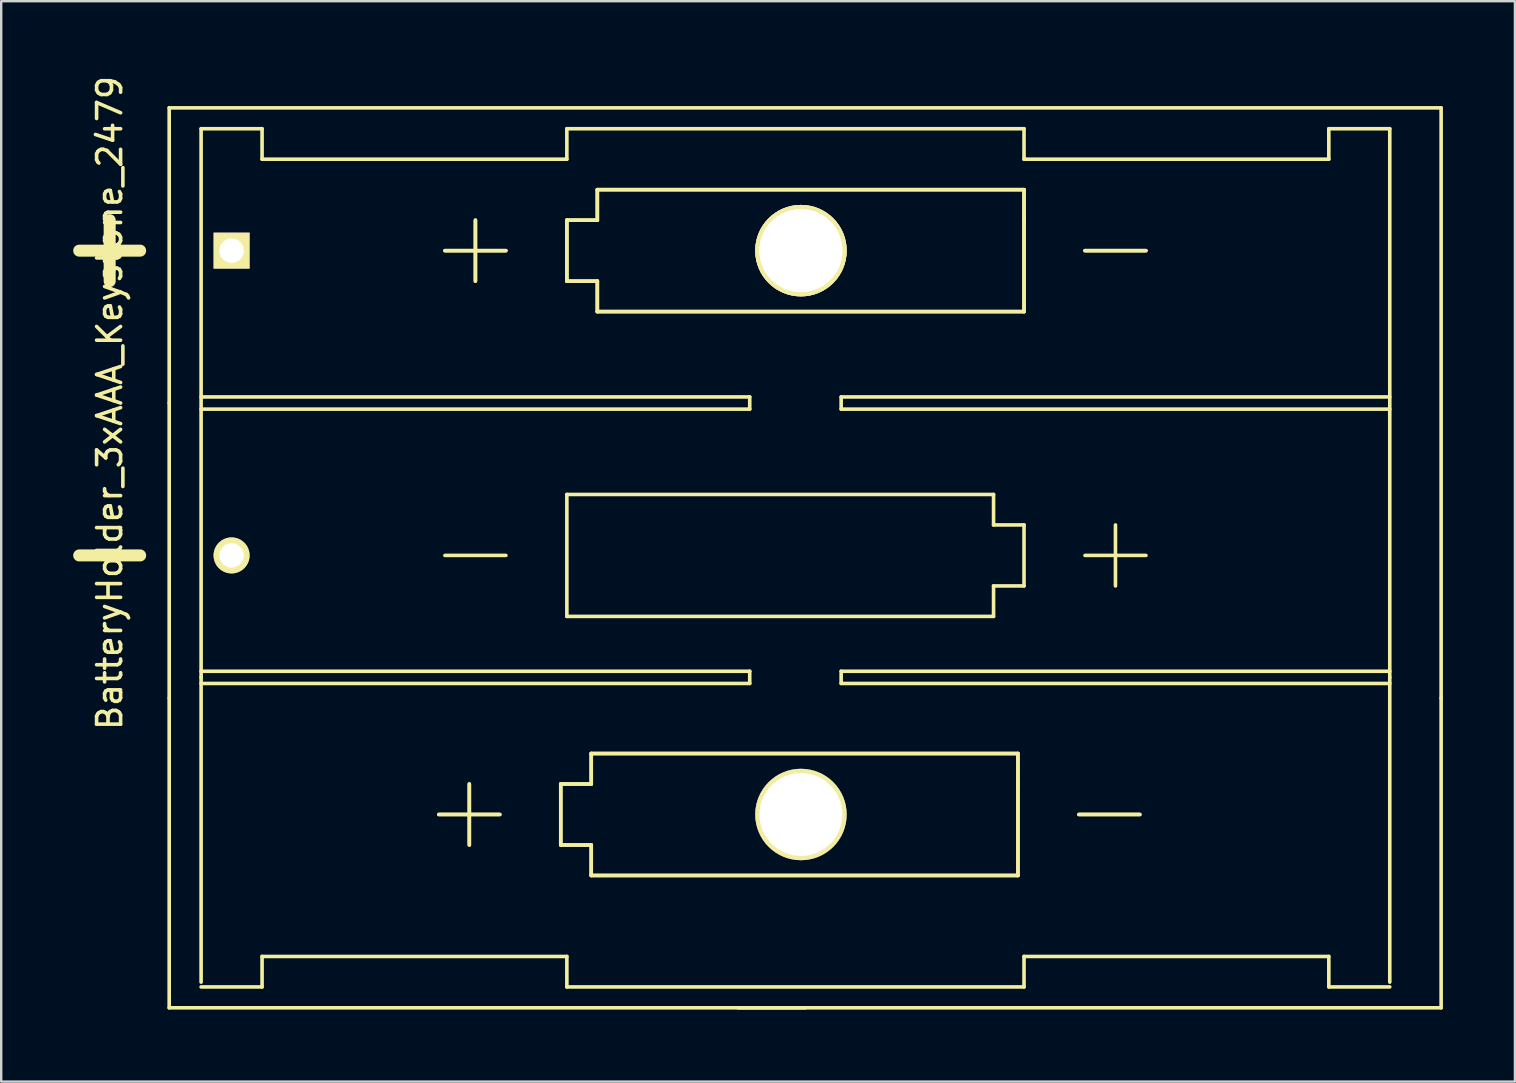
<source format=kicad_pcb>
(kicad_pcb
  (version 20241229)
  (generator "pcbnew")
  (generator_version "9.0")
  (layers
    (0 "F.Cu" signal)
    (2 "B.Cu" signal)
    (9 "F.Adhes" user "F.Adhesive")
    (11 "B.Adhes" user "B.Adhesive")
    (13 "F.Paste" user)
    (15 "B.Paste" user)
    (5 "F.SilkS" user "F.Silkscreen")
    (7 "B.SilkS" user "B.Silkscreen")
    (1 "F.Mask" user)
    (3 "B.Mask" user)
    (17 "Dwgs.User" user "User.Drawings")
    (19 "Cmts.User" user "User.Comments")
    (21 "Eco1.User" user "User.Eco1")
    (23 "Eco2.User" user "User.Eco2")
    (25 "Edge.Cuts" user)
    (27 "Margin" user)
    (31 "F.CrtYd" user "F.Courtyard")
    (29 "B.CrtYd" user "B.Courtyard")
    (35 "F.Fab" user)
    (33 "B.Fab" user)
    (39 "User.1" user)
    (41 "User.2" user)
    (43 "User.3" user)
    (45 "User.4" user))
  (footprint "BatteryHolder_3xAAA_Keystone_2479"
    (layer "F.Cu")
    (at 6.6 7.394)
    (property "Reference" "BatteryHolder_3xAAA_Keystone_2479" (at -5.08 6.35 90) (layer "F.SilkS") (effects (font (size 1 1) (thickness 0.15))))
    (attr through_hole)
    (fp_line (start -5.08 -1.27) (end -5.08 1.27) (stroke (width 0.5) (type solid)) (layer "F.SilkS"))
    (fp_line (start -3.81 0) (end -6.35 0) (stroke (width 0.5) (type solid)) (layer "F.SilkS"))
    (fp_line (start -3.81 12.7) (end -6.35 12.7) (stroke (width 0.5) (type solid)) (layer "F.SilkS"))
    (fp_line (start -2.6 -5.95) (end 50.4 -5.95) (stroke (width 0.15) (type solid)) (layer "F.SilkS"))
    (fp_line (start -2.6 6.35) (end -2.6 -5.95) (stroke (width 0.15) (type solid)) (layer "F.SilkS"))
    (fp_line (start -2.6 18.65) (end -2.6 6.35) (stroke (width 0.15) (type solid)) (layer "F.SilkS"))
    (fp_line (start -2.6 18.65) (end -2.6 31.55) (stroke (width 0.15) (type solid)) (layer "F.SilkS"))
    (fp_line (start -2.6 31.55) (end 50.4 31.55) (stroke (width 0.15) (type solid)) (layer "F.SilkS"))
    (fp_line (start -1.27 -5.08) (end -1.27 17.78) (stroke (width 0.15) (type solid)) (layer "F.SilkS"))
    (fp_line (start -1.27 6.096) (end 21.59 6.096) (stroke (width 0.15) (type solid)) (layer "F.SilkS"))
    (fp_line (start -1.27 17.526) (end 21.59 17.526) (stroke (width 0.15) (type solid)) (layer "F.SilkS"))
    (fp_line (start -1.27 17.78) (end -1.27 30.48) (stroke (width 0.15) (type solid)) (layer "F.SilkS"))
    (fp_line (start -1.27 30.68) (end 1.27 30.68) (stroke (width 0.15) (type solid)) (layer "F.SilkS"))
    (fp_line (start 1.27 -5.08) (end -1.27 -5.08) (stroke (width 0.15) (type solid)) (layer "F.SilkS"))
    (fp_line (start 1.27 -3.81) (end 1.27 -5.08) (stroke (width 0.15) (type solid)) (layer "F.SilkS"))
    (fp_line (start 1.27 -3.81) (end 13.97 -3.81) (stroke (width 0.15) (type solid)) (layer "F.SilkS"))
    (fp_line (start 1.27 29.41) (end 13.97 29.41) (stroke (width 0.15) (type solid)) (layer "F.SilkS"))
    (fp_line (start 1.27 30.68) (end 1.27 29.41) (stroke (width 0.15) (type solid)) (layer "F.SilkS"))
    (fp_line (start 9.906 22.225) (end 9.906 24.765) (stroke (width 0.15) (type solid)) (layer "F.SilkS"))
    (fp_line (start 9.906 22.225) (end 9.906 24.765) (stroke (width 0.15) (type solid)) (layer "F.SilkS"))
    (fp_line (start 10.16 -1.27) (end 10.16 1.27) (stroke (width 0.15) (type solid)) (layer "F.SilkS"))
    (fp_line (start 10.16 -1.27) (end 10.16 1.27) (stroke (width 0.15) (type solid)) (layer "F.SilkS"))
    (fp_line (start 11.176 23.495) (end 8.636 23.495) (stroke (width 0.15) (type solid)) (layer "F.SilkS"))
    (fp_line (start 11.176 23.495) (end 8.636 23.495) (stroke (width 0.15) (type solid)) (layer "F.SilkS"))
    (fp_line (start 11.43 0) (end 8.89 0) (stroke (width 0.15) (type solid)) (layer "F.SilkS"))
    (fp_line (start 11.43 0) (end 8.89 0) (stroke (width 0.15) (type solid)) (layer "F.SilkS"))
    (fp_line (start 11.43 12.7) (end 8.89 12.7) (stroke (width 0.15) (type solid)) (layer "F.SilkS"))
    (fp_line (start 13.716 22.225) (end 14.986 22.225) (stroke (width 0.15) (type solid)) (layer "F.SilkS"))
    (fp_line (start 13.716 22.225) (end 14.986 22.225) (stroke (width 0.15) (type solid)) (layer "F.SilkS"))
    (fp_line (start 13.716 24.765) (end 13.716 22.225) (stroke (width 0.15) (type solid)) (layer "F.SilkS"))
    (fp_line (start 13.716 24.765) (end 13.716 22.225) (stroke (width 0.15) (type solid)) (layer "F.SilkS"))
    (fp_line (start 13.97 -5.08) (end 13.97 -3.81) (stroke (width 0.15) (type solid)) (layer "F.SilkS"))
    (fp_line (start 13.97 -1.27) (end 15.24 -1.27) (stroke (width 0.15) (type solid)) (layer "F.SilkS"))
    (fp_line (start 13.97 -1.27) (end 15.24 -1.27) (stroke (width 0.15) (type solid)) (layer "F.SilkS"))
    (fp_line (start 13.97 1.27) (end 13.97 -1.27) (stroke (width 0.15) (type solid)) (layer "F.SilkS"))
    (fp_line (start 13.97 1.27) (end 13.97 -1.27) (stroke (width 0.15) (type solid)) (layer "F.SilkS"))
    (fp_line (start 13.97 10.16) (end 31.75 10.16) (stroke (width 0.15) (type solid)) (layer "F.SilkS"))
    (fp_line (start 13.97 15.24) (end 13.97 10.16) (stroke (width 0.15) (type solid)) (layer "F.SilkS"))
    (fp_line (start 13.97 29.41) (end 13.97 30.68) (stroke (width 0.15) (type solid)) (layer "F.SilkS"))
    (fp_line (start 13.97 30.68) (end 33.02 30.68) (stroke (width 0.15) (type solid)) (layer "F.SilkS"))
    (fp_line (start 14.986 20.955) (end 32.766 20.955) (stroke (width 0.15) (type solid)) (layer "F.SilkS"))
    (fp_line (start 14.986 20.955) (end 32.766 20.955) (stroke (width 0.15) (type solid)) (layer "F.SilkS"))
    (fp_line (start 14.986 22.225) (end 14.986 20.955) (stroke (width 0.15) (type solid)) (layer "F.SilkS"))
    (fp_line (start 14.986 22.225) (end 14.986 20.955) (stroke (width 0.15) (type solid)) (layer "F.SilkS"))
    (fp_line (start 14.986 24.765) (end 13.716 24.765) (stroke (width 0.15) (type solid)) (layer "F.SilkS"))
    (fp_line (start 14.986 24.765) (end 13.716 24.765) (stroke (width 0.15) (type solid)) (layer "F.SilkS"))
    (fp_line (start 14.986 26.035) (end 14.986 24.765) (stroke (width 0.15) (type solid)) (layer "F.SilkS"))
    (fp_line (start 14.986 26.035) (end 14.986 24.765) (stroke (width 0.15) (type solid)) (layer "F.SilkS"))
    (fp_line (start 15.24 -2.54) (end 33.02 -2.54) (stroke (width 0.15) (type solid)) (layer "F.SilkS"))
    (fp_line (start 15.24 -2.54) (end 33.02 -2.54) (stroke (width 0.15) (type solid)) (layer "F.SilkS"))
    (fp_line (start 15.24 -1.27) (end 15.24 -2.54) (stroke (width 0.15) (type solid)) (layer "F.SilkS"))
    (fp_line (start 15.24 -1.27) (end 15.24 -2.54) (stroke (width 0.15) (type solid)) (layer "F.SilkS"))
    (fp_line (start 15.24 1.27) (end 13.97 1.27) (stroke (width 0.15) (type solid)) (layer "F.SilkS"))
    (fp_line (start 15.24 1.27) (end 13.97 1.27) (stroke (width 0.15) (type solid)) (layer "F.SilkS"))
    (fp_line (start 15.24 2.54) (end 15.24 1.27) (stroke (width 0.15) (type solid)) (layer "F.SilkS"))
    (fp_line (start 15.24 2.54) (end 15.24 1.27) (stroke (width 0.15) (type solid)) (layer "F.SilkS"))
    (fp_line (start 21.59 6.096) (end 21.59 6.604) (stroke (width 0.15) (type solid)) (layer "F.SilkS"))
    (fp_line (start 21.59 6.604) (end -1.27 6.604) (stroke (width 0.15) (type solid)) (layer "F.SilkS"))
    (fp_line (start 21.59 17.526) (end 21.59 18.034) (stroke (width 0.15) (type solid)) (layer "F.SilkS"))
    (fp_line (start 21.59 18.034) (end -1.27 18.034) (stroke (width 0.15) (type solid)) (layer "F.SilkS"))
    (fp_line (start 23.9 31.55) (end 21.1 31.55) (stroke (width 0.15) (type solid)) (layer "F.SilkS"))
    (fp_line (start 25.4 6.096) (end 25.4 6.604) (stroke (width 0.15) (type solid)) (layer "F.SilkS"))
    (fp_line (start 25.4 6.604) (end 48.26 6.604) (stroke (width 0.15) (type solid)) (layer "F.SilkS"))
    (fp_line (start 25.4 17.526) (end 25.4 18.034) (stroke (width 0.15) (type solid)) (layer "F.SilkS"))
    (fp_line (start 25.4 18.034) (end 48.26 18.034) (stroke (width 0.15) (type solid)) (layer "F.SilkS"))
    (fp_line (start 31.75 10.16) (end 31.75 11.43) (stroke (width 0.15) (type solid)) (layer "F.SilkS"))
    (fp_line (start 31.75 11.43) (end 33.02 11.43) (stroke (width 0.15) (type solid)) (layer "F.SilkS"))
    (fp_line (start 31.75 13.97) (end 31.75 15.24) (stroke (width 0.15) (type solid)) (layer "F.SilkS"))
    (fp_line (start 31.75 15.24) (end 13.97 15.24) (stroke (width 0.15) (type solid)) (layer "F.SilkS"))
    (fp_line (start 32.766 20.955) (end 32.766 22.225) (stroke (width 0.15) (type solid)) (layer "F.SilkS"))
    (fp_line (start 32.766 20.955) (end 32.766 22.225) (stroke (width 0.15) (type solid)) (layer "F.SilkS"))
    (fp_line (start 32.766 22.225) (end 32.766 26.035) (stroke (width 0.15) (type solid)) (layer "F.SilkS"))
    (fp_line (start 32.766 22.225) (end 32.766 26.035) (stroke (width 0.15) (type solid)) (layer "F.SilkS"))
    (fp_line (start 32.766 26.035) (end 14.986 26.035) (stroke (width 0.15) (type solid)) (layer "F.SilkS"))
    (fp_line (start 32.766 26.035) (end 14.986 26.035) (stroke (width 0.15) (type solid)) (layer "F.SilkS"))
    (fp_line (start 33.02 -5.08) (end 13.97 -5.08) (stroke (width 0.15) (type solid)) (layer "F.SilkS"))
    (fp_line (start 33.02 -3.81) (end 33.02 -5.08) (stroke (width 0.15) (type solid)) (layer "F.SilkS"))
    (fp_line (start 33.02 -2.54) (end 33.02 -1.27) (stroke (width 0.15) (type solid)) (layer "F.SilkS"))
    (fp_line (start 33.02 -2.54) (end 33.02 -1.27) (stroke (width 0.15) (type solid)) (layer "F.SilkS"))
    (fp_line (start 33.02 -1.27) (end 33.02 2.54) (stroke (width 0.15) (type solid)) (layer "F.SilkS"))
    (fp_line (start 33.02 -1.27) (end 33.02 2.54) (stroke (width 0.15) (type solid)) (layer "F.SilkS"))
    (fp_line (start 33.02 2.54) (end 15.24 2.54) (stroke (width 0.15) (type solid)) (layer "F.SilkS"))
    (fp_line (start 33.02 2.54) (end 15.24 2.54) (stroke (width 0.15) (type solid)) (layer "F.SilkS"))
    (fp_line (start 33.02 11.43) (end 33.02 13.97) (stroke (width 0.15) (type solid)) (layer "F.SilkS"))
    (fp_line (start 33.02 13.97) (end 31.75 13.97) (stroke (width 0.15) (type solid)) (layer "F.SilkS"))
    (fp_line (start 33.02 30.68) (end 33.02 29.41) (stroke (width 0.15) (type solid)) (layer "F.SilkS"))
    (fp_line (start 35.306 23.495) (end 37.846 23.495) (stroke (width 0.15) (type solid)) (layer "F.SilkS"))
    (fp_line (start 35.306 23.495) (end 37.846 23.495) (stroke (width 0.15) (type solid)) (layer "F.SilkS"))
    (fp_line (start 35.56 0) (end 38.1 0) (stroke (width 0.15) (type solid)) (layer "F.SilkS"))
    (fp_line (start 35.56 0) (end 38.1 0) (stroke (width 0.15) (type solid)) (layer "F.SilkS"))
    (fp_line (start 35.56 12.7) (end 38.1 12.7) (stroke (width 0.15) (type solid)) (layer "F.SilkS"))
    (fp_line (start 36.83 13.97) (end 36.83 11.43) (stroke (width 0.15) (type solid)) (layer "F.SilkS"))
    (fp_line (start 45.72 -5.08) (end 45.72 -3.81) (stroke (width 0.15) (type solid)) (layer "F.SilkS"))
    (fp_line (start 45.72 -3.81) (end 33.02 -3.81) (stroke (width 0.15) (type solid)) (layer "F.SilkS"))
    (fp_line (start 45.72 29.41) (end 33.02 29.41) (stroke (width 0.15) (type solid)) (layer "F.SilkS"))
    (fp_line (start 45.72 30.68) (end 45.72 29.41) (stroke (width 0.15) (type solid)) (layer "F.SilkS"))
    (fp_line (start 48.26 -5.08) (end 45.72 -5.08) (stroke (width 0.15) (type solid)) (layer "F.SilkS"))
    (fp_line (start 48.26 -5.08) (end 48.26 17.78) (stroke (width 0.15) (type solid)) (layer "F.SilkS"))
    (fp_line (start 48.26 6.096) (end 25.4 6.096) (stroke (width 0.15) (type solid)) (layer "F.SilkS"))
    (fp_line (start 48.26 17.526) (end 25.4 17.526) (stroke (width 0.15) (type solid)) (layer "F.SilkS"))
    (fp_line (start 48.26 17.78) (end 48.26 30.48) (stroke (width 0.15) (type solid)) (layer "F.SilkS"))
    (fp_line (start 48.26 30.68) (end 45.72 30.68) (stroke (width 0.15) (type solid)) (layer "F.SilkS"))
    (fp_line (start 50.4 18.65) (end 50.4 -5.95) (stroke (width 0.15) (type solid)) (layer "F.SilkS"))
    (fp_line (start 50.4 18.65) (end 50.4 31.55) (stroke (width 0.15) (type solid)) (layer "F.SilkS"))
    (pad "1" thru_hole rect (at 0 0) (size 1.5 1.5) (drill 1.02) (layers "*.Cu" "*.Mask" "F.SilkS"))
    (pad "2" thru_hole circle (at 0 12.7) (size 1.5 1.5) (drill 1.02) (layers "*.Cu" "*.Mask" "F.SilkS"))
    (pad "3" thru_hole circle (at 23.724 0) (size 3.81 3.81) (drill 3.454) (layers "*.Cu" "*.Mask" "F.SilkS"))
    (pad "3" thru_hole circle (at 23.724 0) (size 3.81 3.81) (drill 3.454) (layers "*.Cu" "*.Mask" "F.SilkS"))
    (pad "3" thru_hole circle (at 23.724 23.495) (size 3.81 3.81) (drill 3.454) (layers "*.Cu" "*.Mask" "F.SilkS")))
  (gr_rect
    (start -3 -3)
    (end 60.075 42.019)
    (stroke (width 0.1) (type default))
    (fill no)
    (layer "Edge.Cuts")))
</source>
